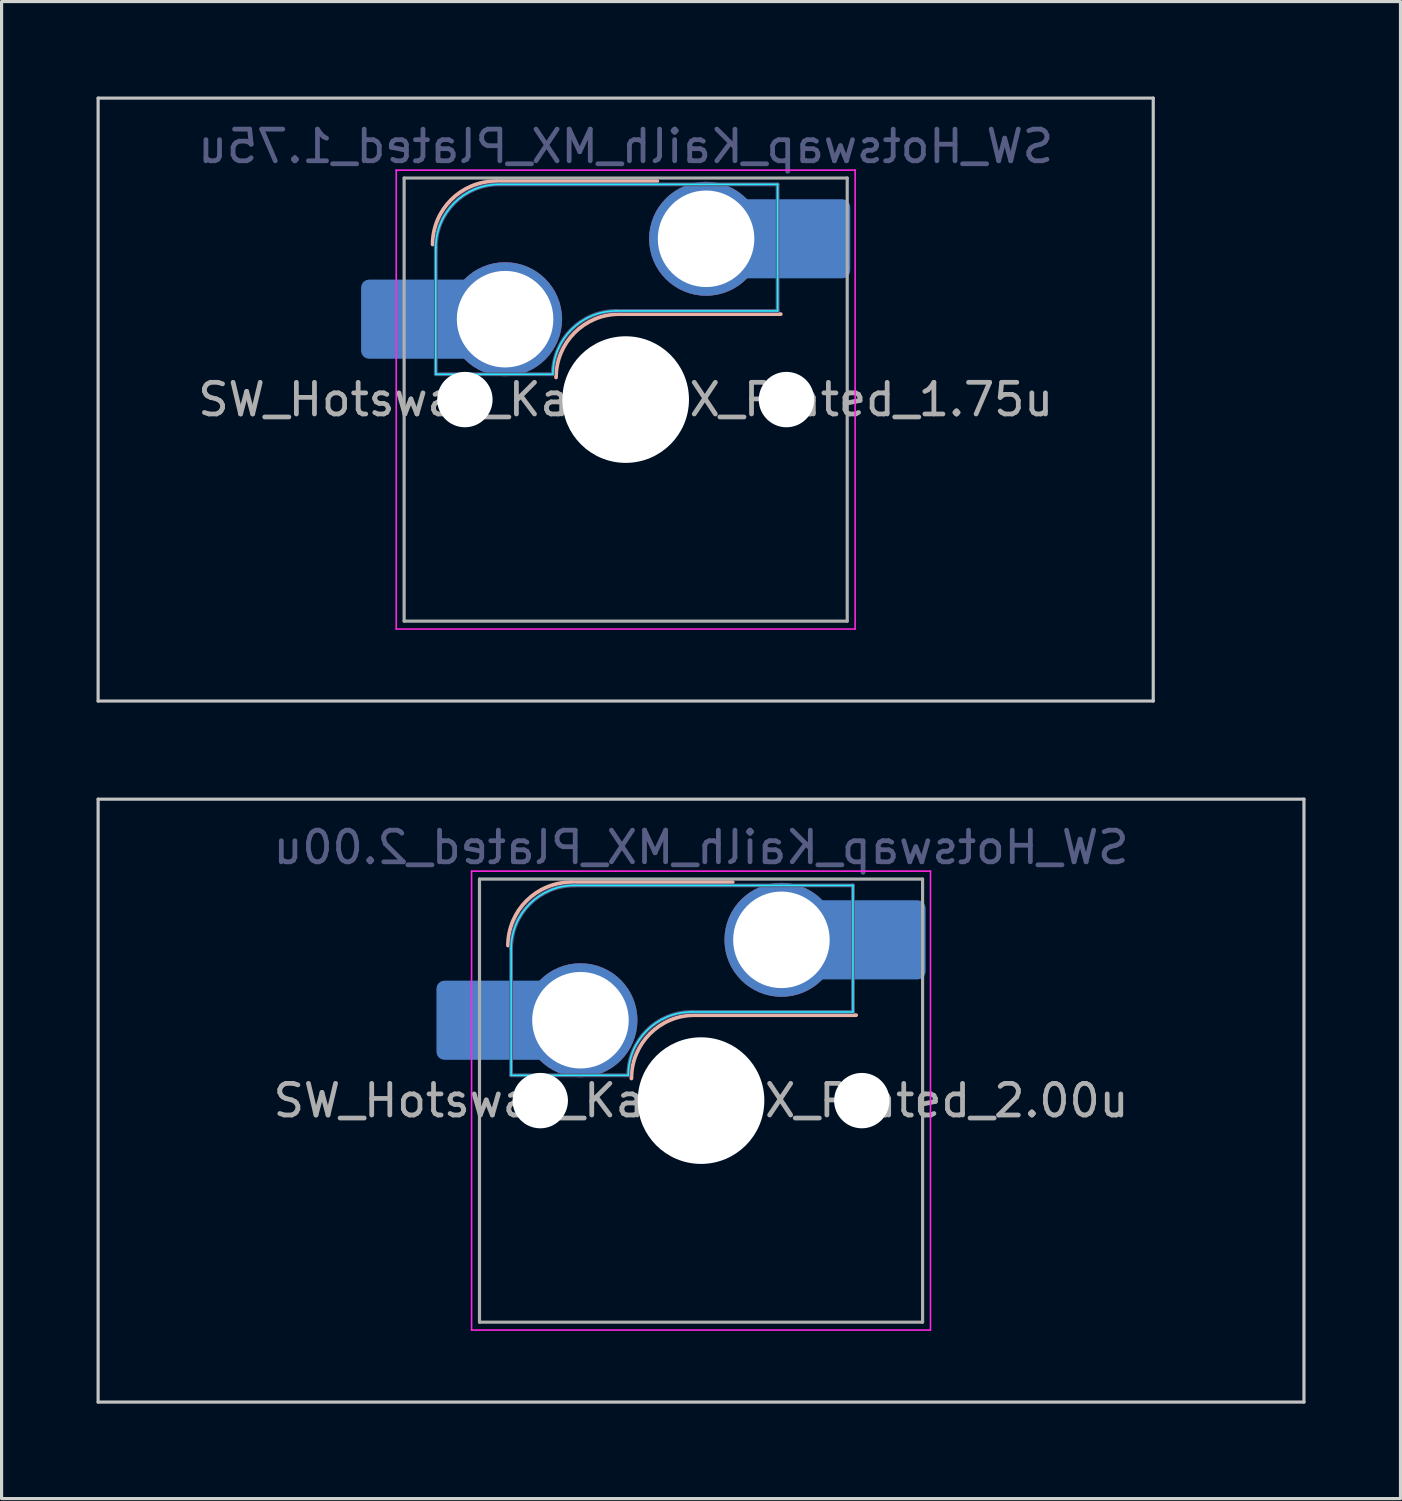
<source format=kicad_pcb>
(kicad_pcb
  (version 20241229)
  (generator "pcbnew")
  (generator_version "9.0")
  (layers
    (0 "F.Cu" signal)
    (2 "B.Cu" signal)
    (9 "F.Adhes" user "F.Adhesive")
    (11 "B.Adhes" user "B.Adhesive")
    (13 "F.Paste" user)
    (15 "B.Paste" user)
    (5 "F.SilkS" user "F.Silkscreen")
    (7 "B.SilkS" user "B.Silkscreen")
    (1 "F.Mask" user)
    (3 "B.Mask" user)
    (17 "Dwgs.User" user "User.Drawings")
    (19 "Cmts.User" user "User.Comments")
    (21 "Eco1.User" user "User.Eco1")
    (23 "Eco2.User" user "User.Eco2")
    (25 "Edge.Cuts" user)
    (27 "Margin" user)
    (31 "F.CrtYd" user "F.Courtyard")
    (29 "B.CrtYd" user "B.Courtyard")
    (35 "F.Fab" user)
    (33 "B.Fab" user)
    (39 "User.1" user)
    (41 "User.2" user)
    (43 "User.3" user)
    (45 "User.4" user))
  (footprint "SW_Hotswap_Kailh_MX_Plated_1.75u"
    (layer "F.Cu")
    (at 16.719 9.575)
    (property "Reference" "SW_Hotswap_Kailh_MX_Plated_1.75u" (at 0 -8 0) (layer "B.Fab") (effects (font (size 1 1) (thickness 0.15)) (justify mirror)))
    (attr smd)
    (fp_line (start -4.1 -6.9) (end 1 -6.9) (stroke (width 0.12) (type solid)) (layer "B.SilkS"))
    (fp_line (start -0.2 -2.7) (end 4.9 -2.7) (stroke (width 0.12) (type solid)) (layer "B.SilkS"))
    (fp_arc (start -6.1 -4.9) (mid -5.514214 -6.314214) (end -4.1 -6.9) (stroke (width 0.12) (type solid)) (layer "B.SilkS"))
    (fp_arc (start -2.2 -0.7) (mid -1.614214 -2.114214) (end -0.2 -2.7) (stroke (width 0.12) (type solid)) (layer "B.SilkS"))
    (fp_line (start -16.669 -9.525) (end -16.669 9.525) (stroke (width 0.1) (type solid)) (layer "Dwgs.User"))
    (fp_line (start -16.669 9.525) (end 16.669 9.525) (stroke (width 0.1) (type solid)) (layer "Dwgs.User"))
    (fp_line (start 16.669 -9.525) (end -16.669 -9.525) (stroke (width 0.1) (type solid)) (layer "Dwgs.User"))
    (fp_line (start 16.669 9.525) (end 16.669 -9.525) (stroke (width 0.1) (type solid)) (layer "Dwgs.User"))
    (fp_line (start -7.8 -6) (end -7 -6) (stroke (width 0.1) (type solid)) (layer "Eco1.User"))
    (fp_line (start -7.8 -2.9) (end -7.8 -6) (stroke (width 0.1) (type solid)) (layer "Eco1.User"))
    (fp_line (start -7.8 2.9) (end -7 2.9) (stroke (width 0.1) (type solid)) (layer "Eco1.User"))
    (fp_line (start -7.8 6) (end -7.8 2.9) (stroke (width 0.1) (type solid)) (layer "Eco1.User"))
    (fp_line (start -7 -7) (end 7 -7) (stroke (width 0.1) (type solid)) (layer "Eco1.User"))
    (fp_line (start -7 -6) (end -7 -7) (stroke (width 0.1) (type solid)) (layer "Eco1.User"))
    (fp_line (start -7 -2.9) (end -7.8 -2.9) (stroke (width 0.1) (type solid)) (layer "Eco1.User"))
    (fp_line (start -7 2.9) (end -7 -2.9) (stroke (width 0.1) (type solid)) (layer "Eco1.User"))
    (fp_line (start -7 6) (end -7.8 6) (stroke (width 0.1) (type solid)) (layer "Eco1.User"))
    (fp_line (start -7 7) (end -7 6) (stroke (width 0.1) (type solid)) (layer "Eco1.User"))
    (fp_line (start 7 -7) (end 7 -6) (stroke (width 0.1) (type solid)) (layer "Eco1.User"))
    (fp_line (start 7 -6) (end 7.8 -6) (stroke (width 0.1) (type solid)) (layer "Eco1.User"))
    (fp_line (start 7 -2.9) (end 7 2.9) (stroke (width 0.1) (type solid)) (layer "Eco1.User"))
    (fp_line (start 7 2.9) (end 7.8 2.9) (stroke (width 0.1) (type solid)) (layer "Eco1.User"))
    (fp_line (start 7 6) (end 7 7) (stroke (width 0.1) (type solid)) (layer "Eco1.User"))
    (fp_line (start 7 7) (end -7 7) (stroke (width 0.1) (type solid)) (layer "Eco1.User"))
    (fp_line (start 7.8 -6) (end 7.8 -2.9) (stroke (width 0.1) (type solid)) (layer "Eco1.User"))
    (fp_line (start 7.8 -2.9) (end 7 -2.9) (stroke (width 0.1) (type solid)) (layer "Eco1.User"))
    (fp_line (start 7.8 2.9) (end 7.8 6) (stroke (width 0.1) (type solid)) (layer "Eco1.User"))
    (fp_line (start 7.8 6) (end 7 6) (stroke (width 0.1) (type solid)) (layer "Eco1.User"))
    (fp_line (start -6 -0.8) (end -6 -4.8) (stroke (width 0.05) (type solid)) (layer "B.CrtYd"))
    (fp_line (start -6 -0.8) (end -2.3 -0.8) (stroke (width 0.05) (type solid)) (layer "B.CrtYd"))
    (fp_line (start -4 -6.8) (end 4.8 -6.8) (stroke (width 0.05) (type solid)) (layer "B.CrtYd"))
    (fp_line (start -0.3 -2.8) (end 4.8 -2.8) (stroke (width 0.05) (type solid)) (layer "B.CrtYd"))
    (fp_line (start 4.8 -6.8) (end 4.8 -2.8) (stroke (width 0.05) (type solid)) (layer "B.CrtYd"))
    (fp_arc (start -6 -4.8) (mid -5.414214 -6.214214) (end -4 -6.8) (stroke (width 0.05) (type solid)) (layer "B.CrtYd"))
    (fp_arc (start -2.3 -0.8) (mid -1.714214 -2.214214) (end -0.3 -2.8) (stroke (width 0.05) (type solid)) (layer "B.CrtYd"))
    (fp_line (start -7.25 -7.25) (end -7.25 7.25) (stroke (width 0.05) (type solid)) (layer "F.CrtYd"))
    (fp_line (start -7.25 7.25) (end 7.25 7.25) (stroke (width 0.05) (type solid)) (layer "F.CrtYd"))
    (fp_line (start 7.25 -7.25) (end -7.25 -7.25) (stroke (width 0.05) (type solid)) (layer "F.CrtYd"))
    (fp_line (start 7.25 7.25) (end 7.25 -7.25) (stroke (width 0.05) (type solid)) (layer "F.CrtYd"))
    (fp_line (start -6 -0.8) (end -6 -4.8) (stroke (width 0.12) (type solid)) (layer "B.Fab"))
    (fp_line (start -6 -0.8) (end -2.3 -0.8) (stroke (width 0.12) (type solid)) (layer "B.Fab"))
    (fp_line (start -4 -6.8) (end 4.8 -6.8) (stroke (width 0.12) (type solid)) (layer "B.Fab"))
    (fp_line (start -0.3 -2.8) (end 4.8 -2.8) (stroke (width 0.12) (type solid)) (layer "B.Fab"))
    (fp_line (start 4.8 -6.8) (end 4.8 -2.8) (stroke (width 0.12) (type solid)) (layer "B.Fab"))
    (fp_arc (start -6 -4.8) (mid -5.414214 -6.214214) (end -4 -6.8) (stroke (width 0.12) (type solid)) (layer "B.Fab"))
    (fp_arc (start -2.3 -0.8) (mid -1.714214 -2.214214) (end -0.3 -2.8) (stroke (width 0.12) (type solid)) (layer "B.Fab"))
    (fp_line (start -7 -7) (end -7 7) (stroke (width 0.1) (type solid)) (layer "F.Fab"))
    (fp_line (start -7 7) (end 7 7) (stroke (width 0.1) (type solid)) (layer "F.Fab"))
    (fp_line (start 7 -7) (end -7 -7) (stroke (width 0.1) (type solid)) (layer "F.Fab"))
    (fp_line (start 7 7) (end 7 -7) (stroke (width 0.1) (type solid)) (layer "F.Fab"))
    (fp_text user "${REFERENCE}" (at 0 0 0) (layer "F.Fab") (effects (font (size 1 1) (thickness 0.15))))
    (pad "" smd roundrect (at -7.085 -2.54) (size 2.55 2.5) (layers "B.Mask" "B.Paste") (roundrect_rratio 0.1))
    (pad "" np_thru_hole circle (at -5.08 0) (size 1.75 1.75) (drill 1.75) (layers "*.Cu" "*.Mask"))
    (pad "" np_thru_hole circle (at 0 0) (size 4 4) (drill 4) (layers "*.Cu" "*.Mask"))
    (pad "" np_thru_hole circle (at 5.08 0) (size 1.75 1.75) (drill 1.75) (layers "*.Cu" "*.Mask"))
    (pad "" smd roundrect (at 5.842 -5.08) (size 2.55 2.5) (layers "B.Mask" "B.Paste") (roundrect_rratio 0.1))
    (pad "1" smd roundrect (at -6.585 -2.54) (size 3.55 2.5) (layers "B.Cu") (roundrect_rratio 0.1))
    (pad "1" thru_hole circle (at -3.81 -2.54) (size 3.6 3.6) (drill 3.05) (layers "*.Cu" "*.Mask"))
    (pad "2" thru_hole circle (at 2.54 -5.08) (size 3.6 3.6) (drill 3.05) (layers "*.Cu" "*.Mask"))
    (pad "2" smd roundrect (at 5.32 -5.08) (size 3.55 2.5) (layers "B.Cu") (roundrect_rratio 0.1)))
  (footprint "SW_Hotswap_Kailh_MX_Plated_2.00u"
    (layer "F.Cu")
    (at 19.1 31.725)
    (property "Reference" "SW_Hotswap_Kailh_MX_Plated_2.00u" (at 0 -8 0) (layer "B.Fab") (effects (font (size 1 1) (thickness 0.15)) (justify mirror)))
    (attr smd)
    (fp_line (start -4.1 -6.9) (end 1 -6.9) (stroke (width 0.12) (type solid)) (layer "B.SilkS"))
    (fp_line (start -0.2 -2.7) (end 4.9 -2.7) (stroke (width 0.12) (type solid)) (layer "B.SilkS"))
    (fp_arc (start -6.1 -4.9) (mid -5.514214 -6.314214) (end -4.1 -6.9) (stroke (width 0.12) (type solid)) (layer "B.SilkS"))
    (fp_arc (start -2.2 -0.7) (mid -1.614214 -2.114214) (end -0.2 -2.7) (stroke (width 0.12) (type solid)) (layer "B.SilkS"))
    (fp_line (start -19.05 -9.525) (end -19.05 9.525) (stroke (width 0.1) (type solid)) (layer "Dwgs.User"))
    (fp_line (start -19.05 9.525) (end 19.05 9.525) (stroke (width 0.1) (type solid)) (layer "Dwgs.User"))
    (fp_line (start 19.05 -9.525) (end -19.05 -9.525) (stroke (width 0.1) (type solid)) (layer "Dwgs.User"))
    (fp_line (start 19.05 9.525) (end 19.05 -9.525) (stroke (width 0.1) (type solid)) (layer "Dwgs.User"))
    (fp_line (start -7.8 -6) (end -7 -6) (stroke (width 0.1) (type solid)) (layer "Eco1.User"))
    (fp_line (start -7.8 -2.9) (end -7.8 -6) (stroke (width 0.1) (type solid)) (layer "Eco1.User"))
    (fp_line (start -7.8 2.9) (end -7 2.9) (stroke (width 0.1) (type solid)) (layer "Eco1.User"))
    (fp_line (start -7.8 6) (end -7.8 2.9) (stroke (width 0.1) (type solid)) (layer "Eco1.User"))
    (fp_line (start -7 -7) (end 7 -7) (stroke (width 0.1) (type solid)) (layer "Eco1.User"))
    (fp_line (start -7 -6) (end -7 -7) (stroke (width 0.1) (type solid)) (layer "Eco1.User"))
    (fp_line (start -7 -2.9) (end -7.8 -2.9) (stroke (width 0.1) (type solid)) (layer "Eco1.User"))
    (fp_line (start -7 2.9) (end -7 -2.9) (stroke (width 0.1) (type solid)) (layer "Eco1.User"))
    (fp_line (start -7 6) (end -7.8 6) (stroke (width 0.1) (type solid)) (layer "Eco1.User"))
    (fp_line (start -7 7) (end -7 6) (stroke (width 0.1) (type solid)) (layer "Eco1.User"))
    (fp_line (start 7 -7) (end 7 -6) (stroke (width 0.1) (type solid)) (layer "Eco1.User"))
    (fp_line (start 7 -6) (end 7.8 -6) (stroke (width 0.1) (type solid)) (layer "Eco1.User"))
    (fp_line (start 7 -2.9) (end 7 2.9) (stroke (width 0.1) (type solid)) (layer "Eco1.User"))
    (fp_line (start 7 2.9) (end 7.8 2.9) (stroke (width 0.1) (type solid)) (layer "Eco1.User"))
    (fp_line (start 7 6) (end 7 7) (stroke (width 0.1) (type solid)) (layer "Eco1.User"))
    (fp_line (start 7 7) (end -7 7) (stroke (width 0.1) (type solid)) (layer "Eco1.User"))
    (fp_line (start 7.8 -6) (end 7.8 -2.9) (stroke (width 0.1) (type solid)) (layer "Eco1.User"))
    (fp_line (start 7.8 -2.9) (end 7 -2.9) (stroke (width 0.1) (type solid)) (layer "Eco1.User"))
    (fp_line (start 7.8 2.9) (end 7.8 6) (stroke (width 0.1) (type solid)) (layer "Eco1.User"))
    (fp_line (start 7.8 6) (end 7 6) (stroke (width 0.1) (type solid)) (layer "Eco1.User"))
    (fp_line (start -6 -0.8) (end -6 -4.8) (stroke (width 0.05) (type solid)) (layer "B.CrtYd"))
    (fp_line (start -6 -0.8) (end -2.3 -0.8) (stroke (width 0.05) (type solid)) (layer "B.CrtYd"))
    (fp_line (start -4 -6.8) (end 4.8 -6.8) (stroke (width 0.05) (type solid)) (layer "B.CrtYd"))
    (fp_line (start -0.3 -2.8) (end 4.8 -2.8) (stroke (width 0.05) (type solid)) (layer "B.CrtYd"))
    (fp_line (start 4.8 -6.8) (end 4.8 -2.8) (stroke (width 0.05) (type solid)) (layer "B.CrtYd"))
    (fp_arc (start -6 -4.8) (mid -5.414214 -6.214214) (end -4 -6.8) (stroke (width 0.05) (type solid)) (layer "B.CrtYd"))
    (fp_arc (start -2.3 -0.8) (mid -1.714214 -2.214214) (end -0.3 -2.8) (stroke (width 0.05) (type solid)) (layer "B.CrtYd"))
    (fp_line (start -7.25 -7.25) (end -7.25 7.25) (stroke (width 0.05) (type solid)) (layer "F.CrtYd"))
    (fp_line (start -7.25 7.25) (end 7.25 7.25) (stroke (width 0.05) (type solid)) (layer "F.CrtYd"))
    (fp_line (start 7.25 -7.25) (end -7.25 -7.25) (stroke (width 0.05) (type solid)) (layer "F.CrtYd"))
    (fp_line (start 7.25 7.25) (end 7.25 -7.25) (stroke (width 0.05) (type solid)) (layer "F.CrtYd"))
    (fp_line (start -6 -0.8) (end -6 -4.8) (stroke (width 0.12) (type solid)) (layer "B.Fab"))
    (fp_line (start -6 -0.8) (end -2.3 -0.8) (stroke (width 0.12) (type solid)) (layer "B.Fab"))
    (fp_line (start -4 -6.8) (end 4.8 -6.8) (stroke (width 0.12) (type solid)) (layer "B.Fab"))
    (fp_line (start -0.3 -2.8) (end 4.8 -2.8) (stroke (width 0.12) (type solid)) (layer "B.Fab"))
    (fp_line (start 4.8 -6.8) (end 4.8 -2.8) (stroke (width 0.12) (type solid)) (layer "B.Fab"))
    (fp_arc (start -6 -4.8) (mid -5.414214 -6.214214) (end -4 -6.8) (stroke (width 0.12) (type solid)) (layer "B.Fab"))
    (fp_arc (start -2.3 -0.8) (mid -1.714214 -2.214214) (end -0.3 -2.8) (stroke (width 0.12) (type solid)) (layer "B.Fab"))
    (fp_line (start -7 -7) (end -7 7) (stroke (width 0.1) (type solid)) (layer "F.Fab"))
    (fp_line (start -7 7) (end 7 7) (stroke (width 0.1) (type solid)) (layer "F.Fab"))
    (fp_line (start 7 -7) (end -7 -7) (stroke (width 0.1) (type solid)) (layer "F.Fab"))
    (fp_line (start 7 7) (end 7 -7) (stroke (width 0.1) (type solid)) (layer "F.Fab"))
    (fp_text user "${REFERENCE}" (at 0 0 0) (layer "F.Fab") (effects (font (size 1 1) (thickness 0.15))))
    (pad "" smd roundrect (at -7.085 -2.54) (size 2.55 2.5) (layers "B.Mask" "B.Paste") (roundrect_rratio 0.1))
    (pad "" np_thru_hole circle (at -5.08 0) (size 1.75 1.75) (drill 1.75) (layers "*.Cu" "*.Mask"))
    (pad "" np_thru_hole circle (at 0 0) (size 4 4) (drill 4) (layers "*.Cu" "*.Mask"))
    (pad "" np_thru_hole circle (at 5.08 0) (size 1.75 1.75) (drill 1.75) (layers "*.Cu" "*.Mask"))
    (pad "" smd roundrect (at 5.842 -5.08) (size 2.55 2.5) (layers "B.Mask" "B.Paste") (roundrect_rratio 0.1))
    (pad "1" smd roundrect (at -6.585 -2.54) (size 3.55 2.5) (layers "B.Cu") (roundrect_rratio 0.1))
    (pad "1" thru_hole circle (at -3.81 -2.54) (size 3.6 3.6) (drill 3.05) (layers "*.Cu" "*.Mask"))
    (pad "2" thru_hole circle (at 2.54 -5.08) (size 3.6 3.6) (drill 3.05) (layers "*.Cu" "*.Mask"))
    (pad "2" smd roundrect (at 5.32 -5.08) (size 3.55 2.5) (layers "B.Cu") (roundrect_rratio 0.1)))
  (gr_rect
    (start -3 -3)
    (end 41.2 44.3)
    (stroke (width 0.1) (type default))
    (fill no)
    (layer "Edge.Cuts")))
</source>
